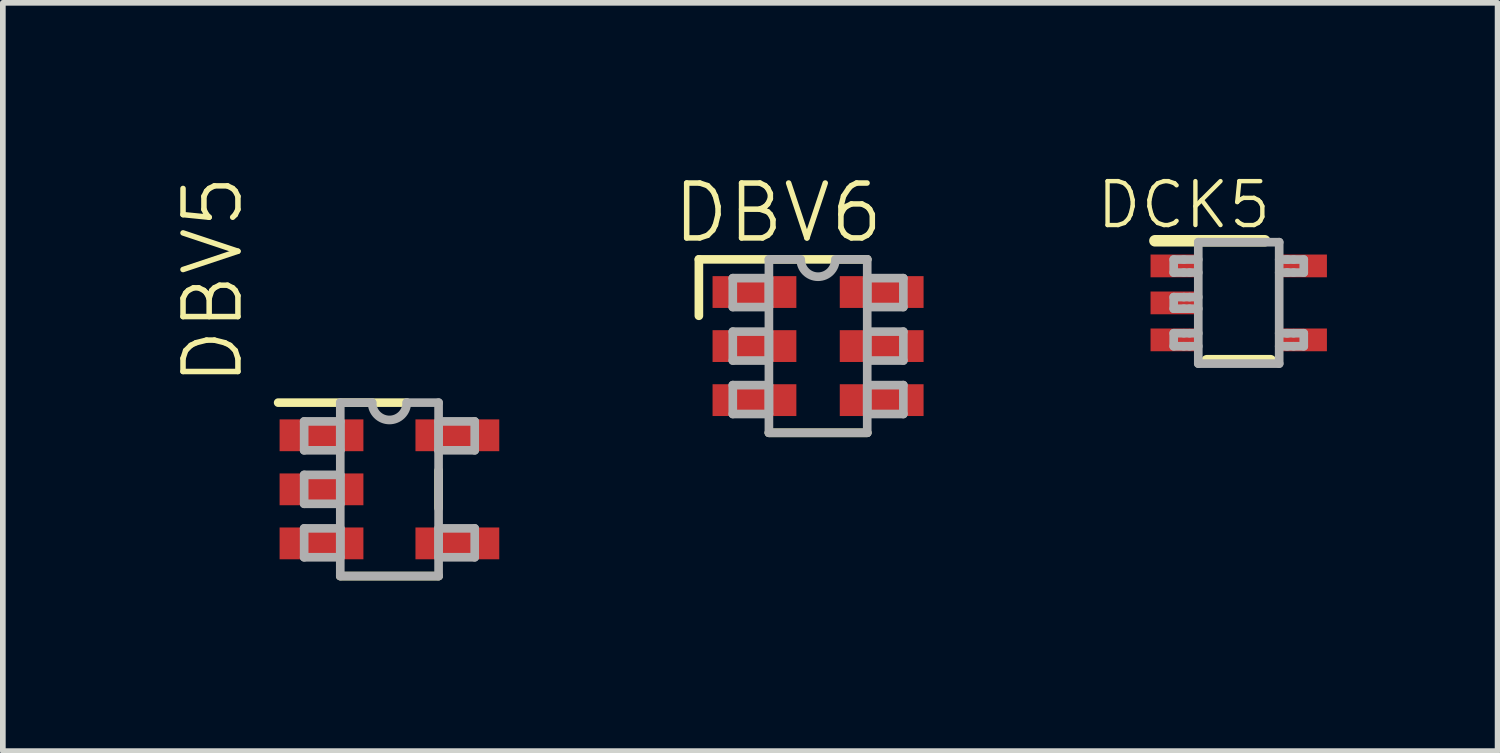
<source format=kicad_pcb>
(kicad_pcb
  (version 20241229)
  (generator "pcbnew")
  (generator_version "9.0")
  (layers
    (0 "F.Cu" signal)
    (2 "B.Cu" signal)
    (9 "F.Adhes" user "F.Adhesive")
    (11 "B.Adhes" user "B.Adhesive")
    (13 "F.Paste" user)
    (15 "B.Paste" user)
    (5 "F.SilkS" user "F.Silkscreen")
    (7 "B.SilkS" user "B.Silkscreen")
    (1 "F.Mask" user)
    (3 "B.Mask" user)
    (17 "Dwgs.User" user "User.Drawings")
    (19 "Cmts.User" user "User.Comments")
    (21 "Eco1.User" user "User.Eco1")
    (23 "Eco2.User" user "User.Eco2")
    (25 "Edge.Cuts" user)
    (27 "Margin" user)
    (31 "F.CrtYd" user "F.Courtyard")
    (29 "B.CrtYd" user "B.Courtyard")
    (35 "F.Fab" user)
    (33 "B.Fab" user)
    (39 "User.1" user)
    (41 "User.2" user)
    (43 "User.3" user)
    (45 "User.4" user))
  (footprint "DCK5"
    (layer "F.Cu")
    (at 18.723 2.274)
    (property "Reference" "DCK5" (at -2.54 -1.27 0) (layer "F.SilkS") (effects (font (size 0.772 0.772) (thickness 0.077)) (justify left bottom)))
    (attr through_hole)
    (fp_line (start -1.473 -1.092) (end 0.457 -1.092) (stroke (width 0.203) (type solid)) (layer "F.SilkS"))
    (fp_line (start -0.559 1.016) (end 0.559 1.016) (stroke (width 0.203) (type solid)) (layer "F.SilkS"))
    (fp_line (start -1.143 -0.762) (end -0.965 -0.762) (stroke (width 0.152) (type solid)) (layer "F.Fab"))
    (fp_line (start -1.143 -0.533) (end -1.143 -0.762) (stroke (width 0.152) (type solid)) (layer "F.Fab"))
    (fp_line (start -1.143 -0.533) (end -0.965 -0.533) (stroke (width 0.152) (type solid)) (layer "F.Fab"))
    (fp_line (start -1.143 -0.102) (end -0.965 -0.102) (stroke (width 0.152) (type solid)) (layer "F.Fab"))
    (fp_line (start -1.143 0.102) (end -1.143 -0.102) (stroke (width 0.152) (type solid)) (layer "F.Fab"))
    (fp_line (start -1.143 0.102) (end -0.965 0.102) (stroke (width 0.152) (type solid)) (layer "F.Fab"))
    (fp_line (start -1.143 0.533) (end -0.965 0.533) (stroke (width 0.152) (type solid)) (layer "F.Fab"))
    (fp_line (start -1.143 0.762) (end -1.143 0.533) (stroke (width 0.152) (type solid)) (layer "F.Fab"))
    (fp_line (start -1.143 0.762) (end -0.965 0.762) (stroke (width 0.152) (type solid)) (layer "F.Fab"))
    (fp_line (start -0.965 -0.762) (end -0.711 -0.762) (stroke (width 0.152) (type solid)) (layer "F.Fab"))
    (fp_line (start -0.965 -0.533) (end -0.864 -0.533) (stroke (width 0.152) (type solid)) (layer "F.Fab"))
    (fp_line (start -0.965 -0.102) (end -0.864 -0.102) (stroke (width 0.152) (type solid)) (layer "F.Fab"))
    (fp_line (start -0.965 0.102) (end -0.864 0.102) (stroke (width 0.152) (type solid)) (layer "F.Fab"))
    (fp_line (start -0.965 0.533) (end -0.864 0.533) (stroke (width 0.152) (type solid)) (layer "F.Fab"))
    (fp_line (start -0.965 0.762) (end -0.864 0.762) (stroke (width 0.152) (type solid)) (layer "F.Fab"))
    (fp_line (start -0.864 -0.533) (end -0.711 -0.533) (stroke (width 0.152) (type solid)) (layer "F.Fab"))
    (fp_line (start -0.864 -0.102) (end -0.711 -0.102) (stroke (width 0.152) (type solid)) (layer "F.Fab"))
    (fp_line (start -0.864 0.102) (end -0.711 0.102) (stroke (width 0.152) (type solid)) (layer "F.Fab"))
    (fp_line (start -0.864 0.533) (end -0.711 0.533) (stroke (width 0.152) (type solid)) (layer "F.Fab"))
    (fp_line (start -0.864 0.762) (end -0.711 0.762) (stroke (width 0.152) (type solid)) (layer "F.Fab"))
    (fp_line (start -0.711 -1.067) (end 0.711 -1.067) (stroke (width 0.152) (type solid)) (layer "F.Fab"))
    (fp_line (start -0.711 1.067) (end -0.711 -1.067) (stroke (width 0.152) (type solid)) (layer "F.Fab"))
    (fp_line (start -0.711 1.067) (end 0.711 1.067) (stroke (width 0.152) (type solid)) (layer "F.Fab"))
    (fp_line (start 0.711 -0.762) (end 0.838 -0.762) (stroke (width 0.152) (type solid)) (layer "F.Fab"))
    (fp_line (start 0.711 -0.533) (end 0.838 -0.533) (stroke (width 0.152) (type solid)) (layer "F.Fab"))
    (fp_line (start 0.711 0.533) (end 0.838 0.533) (stroke (width 0.152) (type solid)) (layer "F.Fab"))
    (fp_line (start 0.711 0.762) (end 0.838 0.762) (stroke (width 0.152) (type solid)) (layer "F.Fab"))
    (fp_line (start 0.711 1.067) (end 0.711 -1.067) (stroke (width 0.152) (type solid)) (layer "F.Fab"))
    (fp_line (start 0.838 -0.762) (end 0.864 -0.762) (stroke (width 0.152) (type solid)) (layer "F.Fab"))
    (fp_line (start 0.838 -0.533) (end 0.864 -0.533) (stroke (width 0.152) (type solid)) (layer "F.Fab"))
    (fp_line (start 0.838 0.533) (end 0.864 0.533) (stroke (width 0.152) (type solid)) (layer "F.Fab"))
    (fp_line (start 0.838 0.762) (end 0.864 0.762) (stroke (width 0.152) (type solid)) (layer "F.Fab"))
    (fp_line (start 0.864 -0.762) (end 0.965 -0.762) (stroke (width 0.152) (type solid)) (layer "F.Fab"))
    (fp_line (start 0.864 -0.533) (end 0.965 -0.533) (stroke (width 0.152) (type solid)) (layer "F.Fab"))
    (fp_line (start 0.864 0.533) (end 0.965 0.533) (stroke (width 0.152) (type solid)) (layer "F.Fab"))
    (fp_line (start 0.864 0.762) (end 0.965 0.762) (stroke (width 0.152) (type solid)) (layer "F.Fab"))
    (fp_line (start 0.965 -0.762) (end 1.143 -0.762) (stroke (width 0.152) (type solid)) (layer "F.Fab"))
    (fp_line (start 0.965 -0.533) (end 1.143 -0.533) (stroke (width 0.152) (type solid)) (layer "F.Fab"))
    (fp_line (start 0.965 0.533) (end 1.143 0.533) (stroke (width 0.152) (type solid)) (layer "F.Fab"))
    (fp_line (start 0.965 0.762) (end 1.143 0.762) (stroke (width 0.152) (type solid)) (layer "F.Fab"))
    (fp_line (start 1.143 -0.533) (end 1.143 -0.762) (stroke (width 0.152) (type solid)) (layer "F.Fab"))
    (fp_line (start 1.143 0.762) (end 1.143 0.533) (stroke (width 0.152) (type solid)) (layer "F.Fab"))
    (pad "1" smd rect (at -1.125 -0.65 90) (size 0.4 0.85) (layers "F.Cu" "F.Mask" "F.Paste"))
    (pad "2" smd rect (at -1.125 0 90) (size 0.4 0.85) (layers "F.Cu" "F.Mask" "F.Paste"))
    (pad "3" smd rect (at -1.125 0.65 90) (size 0.4 0.85) (layers "F.Cu" "F.Mask" "F.Paste"))
    (pad "4" smd rect (at 1.125 0.65 90) (size 0.4 0.85) (layers "F.Cu" "F.Mask" "F.Paste"))
    (pad "5" smd rect (at 1.125 -0.65 90) (size 0.4 0.85) (layers "F.Cu" "F.Mask" "F.Paste")))
  (footprint "DBV6"
    (layer "F.Cu")
    (at 11.329 3.033)
    (property "Reference" "DBV6" (at -2.603 -1.778 0) (layer "F.SilkS") (effects (font (size 0.965 0.965) (thickness 0.097)) (justify left bottom)))
    (attr through_hole)
    (fp_line (start -2.095 -1.524) (end -2.095 -0.533) (stroke (width 0.152) (type solid)) (layer "F.SilkS"))
    (fp_line (start -0.864 1.524) (end 0.864 1.524) (stroke (width 0.152) (type solid)) (layer "F.SilkS"))
    (fp_line (start 0.864 -1.524) (end -2.095 -1.524) (stroke (width 0.152) (type solid)) (layer "F.SilkS"))
    (fp_line (start -1.499 -1.194) (end -1.499 -0.686) (stroke (width 0.152) (type solid)) (layer "F.Fab"))
    (fp_line (start -1.499 -0.686) (end -0.864 -0.686) (stroke (width 0.152) (type solid)) (layer "F.Fab"))
    (fp_line (start -1.499 -0.254) (end -1.499 0.254) (stroke (width 0.152) (type solid)) (layer "F.Fab"))
    (fp_line (start -1.499 0.254) (end -0.864 0.254) (stroke (width 0.152) (type solid)) (layer "F.Fab"))
    (fp_line (start -1.499 0.686) (end -1.499 1.194) (stroke (width 0.152) (type solid)) (layer "F.Fab"))
    (fp_line (start -1.499 1.194) (end -0.864 1.194) (stroke (width 0.152) (type solid)) (layer "F.Fab"))
    (fp_line (start -0.864 -1.524) (end -0.864 1.524) (stroke (width 0.152) (type solid)) (layer "F.Fab"))
    (fp_line (start -0.864 -1.524) (end -0.343 -1.524) (stroke (width 0.152) (type solid)) (layer "F.Fab"))
    (fp_line (start -0.864 -1.194) (end -1.499 -1.194) (stroke (width 0.152) (type solid)) (layer "F.Fab"))
    (fp_line (start -0.864 -0.686) (end -0.864 -1.194) (stroke (width 0.152) (type solid)) (layer "F.Fab"))
    (fp_line (start -0.864 -0.254) (end -1.499 -0.254) (stroke (width 0.152) (type solid)) (layer "F.Fab"))
    (fp_line (start -0.864 0.254) (end -0.864 -0.254) (stroke (width 0.152) (type solid)) (layer "F.Fab"))
    (fp_line (start -0.864 0.686) (end -1.499 0.686) (stroke (width 0.152) (type solid)) (layer "F.Fab"))
    (fp_line (start -0.864 1.194) (end -0.864 0.686) (stroke (width 0.152) (type solid)) (layer "F.Fab"))
    (fp_line (start -0.864 1.524) (end 0.864 1.524) (stroke (width 0.152) (type solid)) (layer "F.Fab"))
    (fp_line (start 0.343 -1.524) (end 0.864 -1.524) (stroke (width 0.152) (type solid)) (layer "F.Fab"))
    (fp_line (start 0.864 -1.194) (end 0.864 -0.686) (stroke (width 0.152) (type solid)) (layer "F.Fab"))
    (fp_line (start 0.864 -0.686) (end 1.499 -0.686) (stroke (width 0.152) (type solid)) (layer "F.Fab"))
    (fp_line (start 0.864 -0.254) (end 0.864 0.254) (stroke (width 0.152) (type solid)) (layer "F.Fab"))
    (fp_line (start 0.864 0.254) (end 1.499 0.254) (stroke (width 0.152) (type solid)) (layer "F.Fab"))
    (fp_line (start 0.864 0.686) (end 0.864 1.194) (stroke (width 0.152) (type solid)) (layer "F.Fab"))
    (fp_line (start 0.864 1.194) (end 1.499 1.194) (stroke (width 0.152) (type solid)) (layer "F.Fab"))
    (fp_line (start 0.864 1.524) (end 0.864 -1.524) (stroke (width 0.152) (type solid)) (layer "F.Fab"))
    (fp_line (start 1.499 -1.194) (end 0.864 -1.194) (stroke (width 0.152) (type solid)) (layer "F.Fab"))
    (fp_line (start 1.499 -0.686) (end 1.499 -1.194) (stroke (width 0.152) (type solid)) (layer "F.Fab"))
    (fp_line (start 1.499 -0.254) (end 0.864 -0.254) (stroke (width 0.152) (type solid)) (layer "F.Fab"))
    (fp_line (start 1.499 0.254) (end 1.499 -0.254) (stroke (width 0.152) (type solid)) (layer "F.Fab"))
    (fp_line (start 1.499 0.686) (end 0.864 0.686) (stroke (width 0.152) (type solid)) (layer "F.Fab"))
    (fp_line (start 1.499 1.194) (end 1.499 0.686) (stroke (width 0.152) (type solid)) (layer "F.Fab"))
    (fp_arc (start 0.3048 -1.524) (mid 0 -1.2192) (end -0.3048 -1.524) (stroke (width 0.1524) (type solid)) (layer "F.Fab"))
    (pad "1" smd rect (at -1.118 -0.95) (size 1.473 0.559) (layers "F.Cu" "F.Mask" "F.Paste"))
    (pad "2" smd rect (at -1.118 0) (size 1.473 0.559) (layers "F.Cu" "F.Mask" "F.Paste"))
    (pad "3" smd rect (at -1.118 0.95) (size 1.473 0.559) (layers "F.Cu" "F.Mask" "F.Paste"))
    (pad "4" smd rect (at 1.118 0.95) (size 1.473 0.559) (layers "F.Cu" "F.Mask" "F.Paste"))
    (pad "5" smd rect (at 1.118 0) (size 1.473 0.559) (layers "F.Cu" "F.Mask" "F.Paste"))
    (pad "6" smd rect (at 1.118 -0.95) (size 1.473 0.559) (layers "F.Cu" "F.Mask" "F.Paste")))
  (footprint "DBV5"
    (layer "F.Cu")
    (at 3.795 5.551)
    (property "Reference" "DBV5" (at -2.54 -1.778 90) (layer "F.SilkS") (effects (font (size 0.965 0.965) (thickness 0.097)) (justify left bottom)))
    (attr through_hole)
    (fp_line (start -0.864 1.524) (end 0.864 1.524) (stroke (width 0.152) (type solid)) (layer "F.SilkS"))
    (fp_line (start 0.305 -1.524) (end -1.956 -1.524) (stroke (width 0.152) (type solid)) (layer "F.SilkS"))
    (fp_line (start 0.864 0.33) (end 0.864 -0.33) (stroke (width 0.152) (type solid)) (layer "F.SilkS"))
    (fp_line (start -1.499 -1.194) (end -1.499 -0.686) (stroke (width 0.152) (type solid)) (layer "F.Fab"))
    (fp_line (start -1.499 -0.686) (end -0.864 -0.686) (stroke (width 0.152) (type solid)) (layer "F.Fab"))
    (fp_line (start -1.499 -0.254) (end -1.499 0.254) (stroke (width 0.152) (type solid)) (layer "F.Fab"))
    (fp_line (start -1.499 0.254) (end -0.864 0.254) (stroke (width 0.152) (type solid)) (layer "F.Fab"))
    (fp_line (start -1.499 0.686) (end -1.499 1.194) (stroke (width 0.152) (type solid)) (layer "F.Fab"))
    (fp_line (start -1.499 1.194) (end -0.864 1.194) (stroke (width 0.152) (type solid)) (layer "F.Fab"))
    (fp_line (start -0.864 -1.524) (end -0.864 1.524) (stroke (width 0.152) (type solid)) (layer "F.Fab"))
    (fp_line (start -0.864 -1.194) (end -1.499 -1.194) (stroke (width 0.152) (type solid)) (layer "F.Fab"))
    (fp_line (start -0.864 -0.686) (end -0.864 -1.194) (stroke (width 0.152) (type solid)) (layer "F.Fab"))
    (fp_line (start -0.864 -0.254) (end -1.499 -0.254) (stroke (width 0.152) (type solid)) (layer "F.Fab"))
    (fp_line (start -0.864 0.254) (end -0.864 -0.254) (stroke (width 0.152) (type solid)) (layer "F.Fab"))
    (fp_line (start -0.864 0.686) (end -1.499 0.686) (stroke (width 0.152) (type solid)) (layer "F.Fab"))
    (fp_line (start -0.864 1.194) (end -0.864 0.686) (stroke (width 0.152) (type solid)) (layer "F.Fab"))
    (fp_line (start -0.864 1.524) (end 0.864 1.524) (stroke (width 0.152) (type solid)) (layer "F.Fab"))
    (fp_line (start -0.305 -1.524) (end -0.864 -1.524) (stroke (width 0.152) (type solid)) (layer "F.Fab"))
    (fp_line (start 0.305 -1.524) (end 0.864 -1.524) (stroke (width 0.152) (type solid)) (layer "F.Fab"))
    (fp_line (start 0.864 -1.194) (end 0.864 -0.686) (stroke (width 0.152) (type solid)) (layer "F.Fab"))
    (fp_line (start 0.864 -0.686) (end 1.499 -0.686) (stroke (width 0.152) (type solid)) (layer "F.Fab"))
    (fp_line (start 0.864 0.686) (end 0.864 1.194) (stroke (width 0.152) (type solid)) (layer "F.Fab"))
    (fp_line (start 0.864 1.194) (end 1.499 1.194) (stroke (width 0.152) (type solid)) (layer "F.Fab"))
    (fp_line (start 0.864 1.524) (end 0.864 -1.524) (stroke (width 0.152) (type solid)) (layer "F.Fab"))
    (fp_line (start 1.499 -1.194) (end 0.864 -1.194) (stroke (width 0.152) (type solid)) (layer "F.Fab"))
    (fp_line (start 1.499 -0.686) (end 1.499 -1.194) (stroke (width 0.152) (type solid)) (layer "F.Fab"))
    (fp_line (start 1.499 0.686) (end 0.864 0.686) (stroke (width 0.152) (type solid)) (layer "F.Fab"))
    (fp_line (start 1.499 1.194) (end 1.499 0.686) (stroke (width 0.152) (type solid)) (layer "F.Fab"))
    (fp_arc (start 0.3048 -1.524) (mid 0 -1.2192) (end -0.3048 -1.524) (stroke (width 0.1524) (type solid)) (layer "F.Fab"))
    (pad "1" smd rect (at -1.194 -0.95) (size 1.473 0.559) (layers "F.Cu" "F.Mask" "F.Paste"))
    (pad "2" smd rect (at -1.194 0) (size 1.473 0.559) (layers "F.Cu" "F.Mask" "F.Paste"))
    (pad "3" smd rect (at -1.194 0.95) (size 1.473 0.559) (layers "F.Cu" "F.Mask" "F.Paste"))
    (pad "4" smd rect (at 1.194 0.95) (size 1.473 0.559) (layers "F.Cu" "F.Mask" "F.Paste"))
    (pad "5" smd rect (at 1.194 -0.95) (size 1.473 0.559) (layers "F.Cu" "F.Mask" "F.Paste")))
  (gr_rect
    (start -3 -3)
    (end 23.273 10.152)
    (stroke (width 0.1) (type default))
    (fill no)
    (layer "Edge.Cuts")))
</source>
